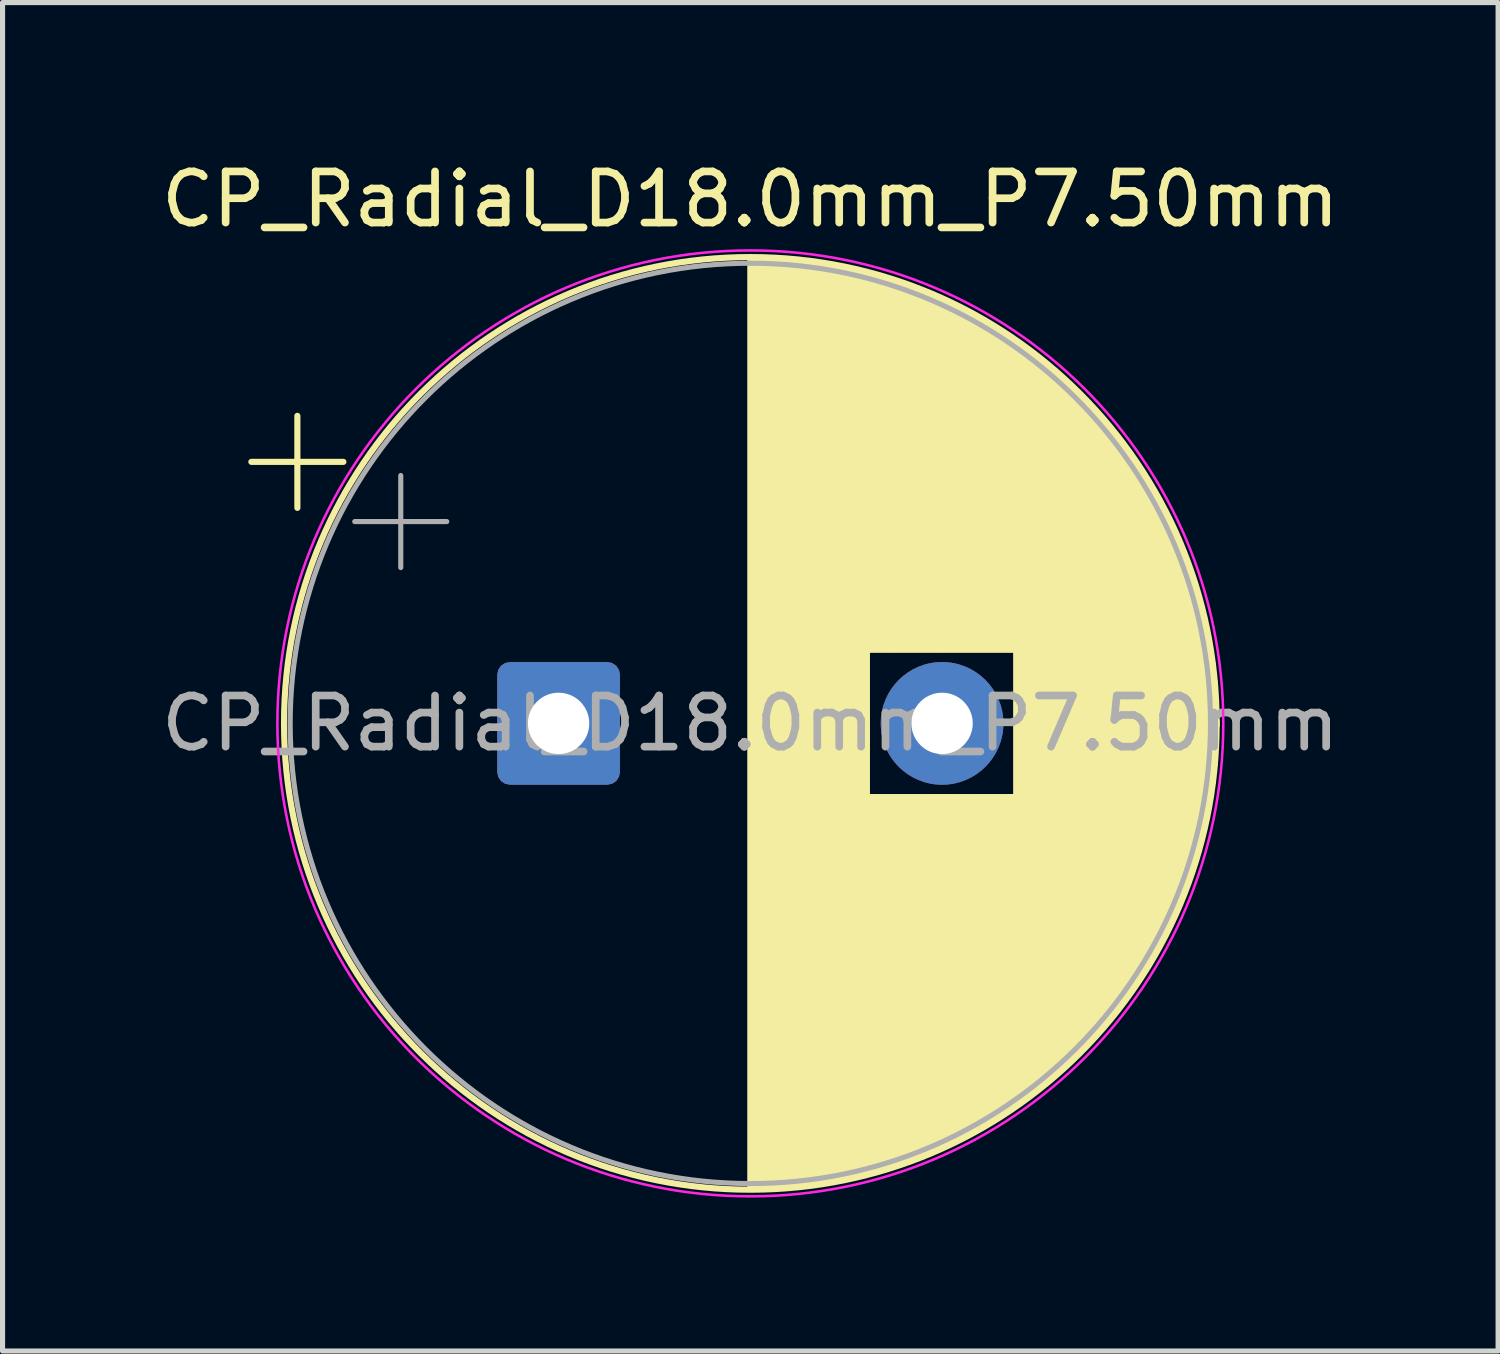
<source format=kicad_pcb>
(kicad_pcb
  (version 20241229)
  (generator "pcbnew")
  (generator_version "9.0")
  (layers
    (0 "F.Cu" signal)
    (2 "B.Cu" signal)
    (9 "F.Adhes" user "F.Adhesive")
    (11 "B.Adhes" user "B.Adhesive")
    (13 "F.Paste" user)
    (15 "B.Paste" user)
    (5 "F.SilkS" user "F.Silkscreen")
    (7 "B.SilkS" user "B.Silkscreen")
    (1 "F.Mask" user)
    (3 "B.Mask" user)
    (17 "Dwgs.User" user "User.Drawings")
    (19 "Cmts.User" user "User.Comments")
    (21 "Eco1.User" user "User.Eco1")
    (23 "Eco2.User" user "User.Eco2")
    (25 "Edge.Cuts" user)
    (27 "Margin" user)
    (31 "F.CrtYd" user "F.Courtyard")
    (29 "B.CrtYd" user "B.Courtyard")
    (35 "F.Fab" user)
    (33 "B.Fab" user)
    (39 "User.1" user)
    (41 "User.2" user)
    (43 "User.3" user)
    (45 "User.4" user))
  (footprint "CP_Radial_D18.0mm_P7.50mm"
    (layer "F.Cu")
    (at 7.875 11.098)
    (property "Reference" "CP_Radial_D18.0mm_P7.50mm" (at 3.75 -10.25 0) (layer "F.SilkS") (effects (font (size 1 1) (thickness 0.15))))
    (attr through_hole)
    (fp_line (start -6.009 -5.115) (end -4.209 -5.115) (stroke (width 0.12) (type solid)) (layer "F.SilkS"))
    (fp_line (start -5.109 -6.015) (end -5.109 -4.215) (stroke (width 0.12) (type solid)) (layer "F.SilkS"))
    (fp_line (start 3.75 -9.08) (end 3.75 9.08) (stroke (width 0.12) (type solid)) (layer "F.SilkS"))
    (fp_line (start 3.79 -9.08) (end 3.79 9.08) (stroke (width 0.12) (type solid)) (layer "F.SilkS"))
    (fp_line (start 3.83 -9.08) (end 3.83 9.08) (stroke (width 0.12) (type solid)) (layer "F.SilkS"))
    (fp_line (start 3.87 -9.079) (end 3.87 9.079) (stroke (width 0.12) (type solid)) (layer "F.SilkS"))
    (fp_line (start 3.91 -9.079) (end 3.91 9.079) (stroke (width 0.12) (type solid)) (layer "F.SilkS"))
    (fp_line (start 3.95 -9.078) (end 3.95 9.078) (stroke (width 0.12) (type solid)) (layer "F.SilkS"))
    (fp_line (start 3.99 -9.077) (end 3.99 9.077) (stroke (width 0.12) (type solid)) (layer "F.SilkS"))
    (fp_line (start 4.03 -9.076) (end 4.03 9.076) (stroke (width 0.12) (type solid)) (layer "F.SilkS"))
    (fp_line (start 4.07 -9.074) (end 4.07 9.074) (stroke (width 0.12) (type solid)) (layer "F.SilkS"))
    (fp_line (start 4.11 -9.073) (end 4.11 9.073) (stroke (width 0.12) (type solid)) (layer "F.SilkS"))
    (fp_line (start 4.15 -9.071) (end 4.15 9.071) (stroke (width 0.12) (type solid)) (layer "F.SilkS"))
    (fp_line (start 4.19 -9.069) (end 4.19 9.069) (stroke (width 0.12) (type solid)) (layer "F.SilkS"))
    (fp_line (start 4.23 -9.067) (end 4.23 9.067) (stroke (width 0.12) (type solid)) (layer "F.SilkS"))
    (fp_line (start 4.27 -9.065) (end 4.27 9.065) (stroke (width 0.12) (type solid)) (layer "F.SilkS"))
    (fp_line (start 4.31 -9.063) (end 4.31 9.063) (stroke (width 0.12) (type solid)) (layer "F.SilkS"))
    (fp_line (start 4.35 -9.06) (end 4.35 9.06) (stroke (width 0.12) (type solid)) (layer "F.SilkS"))
    (fp_line (start 4.39 -9.058) (end 4.39 9.058) (stroke (width 0.12) (type solid)) (layer "F.SilkS"))
    (fp_line (start 4.43 -9.055) (end 4.43 9.055) (stroke (width 0.12) (type solid)) (layer "F.SilkS"))
    (fp_line (start 4.47 -9.052) (end 4.47 9.052) (stroke (width 0.12) (type solid)) (layer "F.SilkS"))
    (fp_line (start 4.51 -9.048) (end 4.51 9.048) (stroke (width 0.12) (type solid)) (layer "F.SilkS"))
    (fp_line (start 4.55 -9.045) (end 4.55 9.045) (stroke (width 0.12) (type solid)) (layer "F.SilkS"))
    (fp_line (start 4.59 -9.041) (end 4.59 9.041) (stroke (width 0.12) (type solid)) (layer "F.SilkS"))
    (fp_line (start 4.63 -9.037) (end 4.63 9.037) (stroke (width 0.12) (type solid)) (layer "F.SilkS"))
    (fp_line (start 4.67 -9.033) (end 4.67 9.033) (stroke (width 0.12) (type solid)) (layer "F.SilkS"))
    (fp_line (start 4.71 -9.029) (end 4.71 9.029) (stroke (width 0.12) (type solid)) (layer "F.SilkS"))
    (fp_line (start 4.75 -9.025) (end 4.75 9.025) (stroke (width 0.12) (type solid)) (layer "F.SilkS"))
    (fp_line (start 4.79 -9.021) (end 4.79 9.021) (stroke (width 0.12) (type solid)) (layer "F.SilkS"))
    (fp_line (start 4.83 -9.016) (end 4.83 9.016) (stroke (width 0.12) (type solid)) (layer "F.SilkS"))
    (fp_line (start 4.87 -9.011) (end 4.87 9.011) (stroke (width 0.12) (type solid)) (layer "F.SilkS"))
    (fp_line (start 4.91 -9.006) (end 4.91 9.006) (stroke (width 0.12) (type solid)) (layer "F.SilkS"))
    (fp_line (start 4.95 -9.001) (end 4.95 9.001) (stroke (width 0.12) (type solid)) (layer "F.SilkS"))
    (fp_line (start 4.99 -8.995) (end 4.99 8.995) (stroke (width 0.12) (type solid)) (layer "F.SilkS"))
    (fp_line (start 5.03 -8.99) (end 5.03 8.99) (stroke (width 0.12) (type solid)) (layer "F.SilkS"))
    (fp_line (start 5.07 -8.984) (end 5.07 8.984) (stroke (width 0.12) (type solid)) (layer "F.SilkS"))
    (fp_line (start 5.11 -8.978) (end 5.11 8.978) (stroke (width 0.12) (type solid)) (layer "F.SilkS"))
    (fp_line (start 5.15 -8.972) (end 5.15 8.972) (stroke (width 0.12) (type solid)) (layer "F.SilkS"))
    (fp_line (start 5.19 -8.966) (end 5.19 8.966) (stroke (width 0.12) (type solid)) (layer "F.SilkS"))
    (fp_line (start 5.23 -8.959) (end 5.23 8.959) (stroke (width 0.12) (type solid)) (layer "F.SilkS"))
    (fp_line (start 5.27 -8.952) (end 5.27 8.952) (stroke (width 0.12) (type solid)) (layer "F.SilkS"))
    (fp_line (start 5.31 -8.946) (end 5.31 8.946) (stroke (width 0.12) (type solid)) (layer "F.SilkS"))
    (fp_line (start 5.35 -8.939) (end 5.35 8.939) (stroke (width 0.12) (type solid)) (layer "F.SilkS"))
    (fp_line (start 5.39 -8.931) (end 5.39 8.931) (stroke (width 0.12) (type solid)) (layer "F.SilkS"))
    (fp_line (start 5.43 -8.924) (end 5.43 8.924) (stroke (width 0.12) (type solid)) (layer "F.SilkS"))
    (fp_line (start 5.47 -8.916) (end 5.47 8.916) (stroke (width 0.12) (type solid)) (layer "F.SilkS"))
    (fp_line (start 5.51 -8.909) (end 5.51 8.909) (stroke (width 0.12) (type solid)) (layer "F.SilkS"))
    (fp_line (start 5.55 -8.901) (end 5.55 8.901) (stroke (width 0.12) (type solid)) (layer "F.SilkS"))
    (fp_line (start 5.59 -8.892) (end 5.59 8.892) (stroke (width 0.12) (type solid)) (layer "F.SilkS"))
    (fp_line (start 5.63 -8.884) (end 5.63 8.884) (stroke (width 0.12) (type solid)) (layer "F.SilkS"))
    (fp_line (start 5.67 -8.876) (end 5.67 8.876) (stroke (width 0.12) (type solid)) (layer "F.SilkS"))
    (fp_line (start 5.71 -8.867) (end 5.71 8.867) (stroke (width 0.12) (type solid)) (layer "F.SilkS"))
    (fp_line (start 5.75 -8.858) (end 5.75 8.858) (stroke (width 0.12) (type solid)) (layer "F.SilkS"))
    (fp_line (start 5.79 -8.849) (end 5.79 8.849) (stroke (width 0.12) (type solid)) (layer "F.SilkS"))
    (fp_line (start 5.83 -8.84) (end 5.83 8.84) (stroke (width 0.12) (type solid)) (layer "F.SilkS"))
    (fp_line (start 5.87 -8.83) (end 5.87 8.83) (stroke (width 0.12) (type solid)) (layer "F.SilkS"))
    (fp_line (start 5.91 -8.821) (end 5.91 8.821) (stroke (width 0.12) (type solid)) (layer "F.SilkS"))
    (fp_line (start 5.95 -8.811) (end 5.95 8.811) (stroke (width 0.12) (type solid)) (layer "F.SilkS"))
    (fp_line (start 5.99 -8.801) (end 5.99 8.801) (stroke (width 0.12) (type solid)) (layer "F.SilkS"))
    (fp_line (start 6.03 -8.79) (end 6.03 8.79) (stroke (width 0.12) (type solid)) (layer "F.SilkS"))
    (fp_line (start 6.07 -8.78) (end 6.07 -1.44) (stroke (width 0.12) (type solid)) (layer "F.SilkS"))
    (fp_line (start 6.07 1.44) (end 6.07 8.78) (stroke (width 0.12) (type solid)) (layer "F.SilkS"))
    (fp_line (start 6.11 -8.769) (end 6.11 -1.44) (stroke (width 0.12) (type solid)) (layer "F.SilkS"))
    (fp_line (start 6.11 1.44) (end 6.11 8.769) (stroke (width 0.12) (type solid)) (layer "F.SilkS"))
    (fp_line (start 6.15 -8.759) (end 6.15 -1.44) (stroke (width 0.12) (type solid)) (layer "F.SilkS"))
    (fp_line (start 6.15 1.44) (end 6.15 8.759) (stroke (width 0.12) (type solid)) (layer "F.SilkS"))
    (fp_line (start 6.19 -8.748) (end 6.19 -1.44) (stroke (width 0.12) (type solid)) (layer "F.SilkS"))
    (fp_line (start 6.19 1.44) (end 6.19 8.748) (stroke (width 0.12) (type solid)) (layer "F.SilkS"))
    (fp_line (start 6.23 -8.736) (end 6.23 -1.44) (stroke (width 0.12) (type solid)) (layer "F.SilkS"))
    (fp_line (start 6.23 1.44) (end 6.23 8.736) (stroke (width 0.12) (type solid)) (layer "F.SilkS"))
    (fp_line (start 6.27 -8.725) (end 6.27 -1.44) (stroke (width 0.12) (type solid)) (layer "F.SilkS"))
    (fp_line (start 6.27 1.44) (end 6.27 8.725) (stroke (width 0.12) (type solid)) (layer "F.SilkS"))
    (fp_line (start 6.31 -8.713) (end 6.31 -1.44) (stroke (width 0.12) (type solid)) (layer "F.SilkS"))
    (fp_line (start 6.31 1.44) (end 6.31 8.713) (stroke (width 0.12) (type solid)) (layer "F.SilkS"))
    (fp_line (start 6.35 -8.702) (end 6.35 -1.44) (stroke (width 0.12) (type solid)) (layer "F.SilkS"))
    (fp_line (start 6.35 1.44) (end 6.35 8.702) (stroke (width 0.12) (type solid)) (layer "F.SilkS"))
    (fp_line (start 6.39 -8.69) (end 6.39 -1.44) (stroke (width 0.12) (type solid)) (layer "F.SilkS"))
    (fp_line (start 6.39 1.44) (end 6.39 8.69) (stroke (width 0.12) (type solid)) (layer "F.SilkS"))
    (fp_line (start 6.43 -8.677) (end 6.43 -1.44) (stroke (width 0.12) (type solid)) (layer "F.SilkS"))
    (fp_line (start 6.43 1.44) (end 6.43 8.677) (stroke (width 0.12) (type solid)) (layer "F.SilkS"))
    (fp_line (start 6.47 -8.665) (end 6.47 -1.44) (stroke (width 0.12) (type solid)) (layer "F.SilkS"))
    (fp_line (start 6.47 1.44) (end 6.47 8.665) (stroke (width 0.12) (type solid)) (layer "F.SilkS"))
    (fp_line (start 6.51 -8.652) (end 6.51 -1.44) (stroke (width 0.12) (type solid)) (layer "F.SilkS"))
    (fp_line (start 6.51 1.44) (end 6.51 8.652) (stroke (width 0.12) (type solid)) (layer "F.SilkS"))
    (fp_line (start 6.55 -8.64) (end 6.55 -1.44) (stroke (width 0.12) (type solid)) (layer "F.SilkS"))
    (fp_line (start 6.55 1.44) (end 6.55 8.64) (stroke (width 0.12) (type solid)) (layer "F.SilkS"))
    (fp_line (start 6.59 -8.627) (end 6.59 -1.44) (stroke (width 0.12) (type solid)) (layer "F.SilkS"))
    (fp_line (start 6.59 1.44) (end 6.59 8.627) (stroke (width 0.12) (type solid)) (layer "F.SilkS"))
    (fp_line (start 6.63 -8.613) (end 6.63 -1.44) (stroke (width 0.12) (type solid)) (layer "F.SilkS"))
    (fp_line (start 6.63 1.44) (end 6.63 8.613) (stroke (width 0.12) (type solid)) (layer "F.SilkS"))
    (fp_line (start 6.67 -8.6) (end 6.67 -1.44) (stroke (width 0.12) (type solid)) (layer "F.SilkS"))
    (fp_line (start 6.67 1.44) (end 6.67 8.6) (stroke (width 0.12) (type solid)) (layer "F.SilkS"))
    (fp_line (start 6.71 -8.586) (end 6.71 -1.44) (stroke (width 0.12) (type solid)) (layer "F.SilkS"))
    (fp_line (start 6.71 1.44) (end 6.71 8.586) (stroke (width 0.12) (type solid)) (layer "F.SilkS"))
    (fp_line (start 6.75 -8.572) (end 6.75 -1.44) (stroke (width 0.12) (type solid)) (layer "F.SilkS"))
    (fp_line (start 6.75 1.44) (end 6.75 8.572) (stroke (width 0.12) (type solid)) (layer "F.SilkS"))
    (fp_line (start 6.79 -8.558) (end 6.79 -1.44) (stroke (width 0.12) (type solid)) (layer "F.SilkS"))
    (fp_line (start 6.79 1.44) (end 6.79 8.558) (stroke (width 0.12) (type solid)) (layer "F.SilkS"))
    (fp_line (start 6.83 -8.544) (end 6.83 -1.44) (stroke (width 0.12) (type solid)) (layer "F.SilkS"))
    (fp_line (start 6.83 1.44) (end 6.83 8.544) (stroke (width 0.12) (type solid)) (layer "F.SilkS"))
    (fp_line (start 6.87 -8.53) (end 6.87 -1.44) (stroke (width 0.12) (type solid)) (layer "F.SilkS"))
    (fp_line (start 6.87 1.44) (end 6.87 8.53) (stroke (width 0.12) (type solid)) (layer "F.SilkS"))
    (fp_line (start 6.91 -8.515) (end 6.91 -1.44) (stroke (width 0.12) (type solid)) (layer "F.SilkS"))
    (fp_line (start 6.91 1.44) (end 6.91 8.515) (stroke (width 0.12) (type solid)) (layer "F.SilkS"))
    (fp_line (start 6.95 -8.5) (end 6.95 -1.44) (stroke (width 0.12) (type solid)) (layer "F.SilkS"))
    (fp_line (start 6.95 1.44) (end 6.95 8.5) (stroke (width 0.12) (type solid)) (layer "F.SilkS"))
    (fp_line (start 6.99 -8.485) (end 6.99 -1.44) (stroke (width 0.12) (type solid)) (layer "F.SilkS"))
    (fp_line (start 6.99 1.44) (end 6.99 8.485) (stroke (width 0.12) (type solid)) (layer "F.SilkS"))
    (fp_line (start 7.03 -8.47) (end 7.03 -1.44) (stroke (width 0.12) (type solid)) (layer "F.SilkS"))
    (fp_line (start 7.03 1.44) (end 7.03 8.47) (stroke (width 0.12) (type solid)) (layer "F.SilkS"))
    (fp_line (start 7.07 -8.454) (end 7.07 -1.44) (stroke (width 0.12) (type solid)) (layer "F.SilkS"))
    (fp_line (start 7.07 1.44) (end 7.07 8.454) (stroke (width 0.12) (type solid)) (layer "F.SilkS"))
    (fp_line (start 7.11 -8.438) (end 7.11 -1.44) (stroke (width 0.12) (type solid)) (layer "F.SilkS"))
    (fp_line (start 7.11 1.44) (end 7.11 8.438) (stroke (width 0.12) (type solid)) (layer "F.SilkS"))
    (fp_line (start 7.15 -8.423) (end 7.15 -1.44) (stroke (width 0.12) (type solid)) (layer "F.SilkS"))
    (fp_line (start 7.15 1.44) (end 7.15 8.423) (stroke (width 0.12) (type solid)) (layer "F.SilkS"))
    (fp_line (start 7.19 -8.406) (end 7.19 -1.44) (stroke (width 0.12) (type solid)) (layer "F.SilkS"))
    (fp_line (start 7.19 1.44) (end 7.19 8.406) (stroke (width 0.12) (type solid)) (layer "F.SilkS"))
    (fp_line (start 7.23 -8.39) (end 7.23 -1.44) (stroke (width 0.12) (type solid)) (layer "F.SilkS"))
    (fp_line (start 7.23 1.44) (end 7.23 8.39) (stroke (width 0.12) (type solid)) (layer "F.SilkS"))
    (fp_line (start 7.27 -8.373) (end 7.27 -1.44) (stroke (width 0.12) (type solid)) (layer "F.SilkS"))
    (fp_line (start 7.27 1.44) (end 7.27 8.373) (stroke (width 0.12) (type solid)) (layer "F.SilkS"))
    (fp_line (start 7.31 -8.356) (end 7.31 -1.44) (stroke (width 0.12) (type solid)) (layer "F.SilkS"))
    (fp_line (start 7.31 1.44) (end 7.31 8.356) (stroke (width 0.12) (type solid)) (layer "F.SilkS"))
    (fp_line (start 7.35 -8.339) (end 7.35 -1.44) (stroke (width 0.12) (type solid)) (layer "F.SilkS"))
    (fp_line (start 7.35 1.44) (end 7.35 8.339) (stroke (width 0.12) (type solid)) (layer "F.SilkS"))
    (fp_line (start 7.39 -8.322) (end 7.39 -1.44) (stroke (width 0.12) (type solid)) (layer "F.SilkS"))
    (fp_line (start 7.39 1.44) (end 7.39 8.322) (stroke (width 0.12) (type solid)) (layer "F.SilkS"))
    (fp_line (start 7.43 -8.305) (end 7.43 -1.44) (stroke (width 0.12) (type solid)) (layer "F.SilkS"))
    (fp_line (start 7.43 1.44) (end 7.43 8.305) (stroke (width 0.12) (type solid)) (layer "F.SilkS"))
    (fp_line (start 7.47 -8.287) (end 7.47 -1.44) (stroke (width 0.12) (type solid)) (layer "F.SilkS"))
    (fp_line (start 7.47 1.44) (end 7.47 8.287) (stroke (width 0.12) (type solid)) (layer "F.SilkS"))
    (fp_line (start 7.51 -8.269) (end 7.51 -1.44) (stroke (width 0.12) (type solid)) (layer "F.SilkS"))
    (fp_line (start 7.51 1.44) (end 7.51 8.269) (stroke (width 0.12) (type solid)) (layer "F.SilkS"))
    (fp_line (start 7.55 -8.251) (end 7.55 -1.44) (stroke (width 0.12) (type solid)) (layer "F.SilkS"))
    (fp_line (start 7.55 1.44) (end 7.55 8.251) (stroke (width 0.12) (type solid)) (layer "F.SilkS"))
    (fp_line (start 7.59 -8.232) (end 7.59 -1.44) (stroke (width 0.12) (type solid)) (layer "F.SilkS"))
    (fp_line (start 7.59 1.44) (end 7.59 8.232) (stroke (width 0.12) (type solid)) (layer "F.SilkS"))
    (fp_line (start 7.63 -8.213) (end 7.63 -1.44) (stroke (width 0.12) (type solid)) (layer "F.SilkS"))
    (fp_line (start 7.63 1.44) (end 7.63 8.213) (stroke (width 0.12) (type solid)) (layer "F.SilkS"))
    (fp_line (start 7.67 -8.195) (end 7.67 -1.44) (stroke (width 0.12) (type solid)) (layer "F.SilkS"))
    (fp_line (start 7.67 1.44) (end 7.67 8.195) (stroke (width 0.12) (type solid)) (layer "F.SilkS"))
    (fp_line (start 7.71 -8.175) (end 7.71 -1.44) (stroke (width 0.12) (type solid)) (layer "F.SilkS"))
    (fp_line (start 7.71 1.44) (end 7.71 8.175) (stroke (width 0.12) (type solid)) (layer "F.SilkS"))
    (fp_line (start 7.75 -8.156) (end 7.75 -1.44) (stroke (width 0.12) (type solid)) (layer "F.SilkS"))
    (fp_line (start 7.75 1.44) (end 7.75 8.156) (stroke (width 0.12) (type solid)) (layer "F.SilkS"))
    (fp_line (start 7.79 -8.136) (end 7.79 -1.44) (stroke (width 0.12) (type solid)) (layer "F.SilkS"))
    (fp_line (start 7.79 1.44) (end 7.79 8.136) (stroke (width 0.12) (type solid)) (layer "F.SilkS"))
    (fp_line (start 7.83 -8.116) (end 7.83 -1.44) (stroke (width 0.12) (type solid)) (layer "F.SilkS"))
    (fp_line (start 7.83 1.44) (end 7.83 8.116) (stroke (width 0.12) (type solid)) (layer "F.SilkS"))
    (fp_line (start 7.87 -8.096) (end 7.87 -1.44) (stroke (width 0.12) (type solid)) (layer "F.SilkS"))
    (fp_line (start 7.87 1.44) (end 7.87 8.096) (stroke (width 0.12) (type solid)) (layer "F.SilkS"))
    (fp_line (start 7.91 -8.076) (end 7.91 -1.44) (stroke (width 0.12) (type solid)) (layer "F.SilkS"))
    (fp_line (start 7.91 1.44) (end 7.91 8.076) (stroke (width 0.12) (type solid)) (layer "F.SilkS"))
    (fp_line (start 7.95 -8.055) (end 7.95 -1.44) (stroke (width 0.12) (type solid)) (layer "F.SilkS"))
    (fp_line (start 7.95 1.44) (end 7.95 8.055) (stroke (width 0.12) (type solid)) (layer "F.SilkS"))
    (fp_line (start 7.99 -8.034) (end 7.99 -1.44) (stroke (width 0.12) (type solid)) (layer "F.SilkS"))
    (fp_line (start 7.99 1.44) (end 7.99 8.034) (stroke (width 0.12) (type solid)) (layer "F.SilkS"))
    (fp_line (start 8.03 -8.013) (end 8.03 -1.44) (stroke (width 0.12) (type solid)) (layer "F.SilkS"))
    (fp_line (start 8.03 1.44) (end 8.03 8.013) (stroke (width 0.12) (type solid)) (layer "F.SilkS"))
    (fp_line (start 8.07 -7.992) (end 8.07 -1.44) (stroke (width 0.12) (type solid)) (layer "F.SilkS"))
    (fp_line (start 8.07 1.44) (end 8.07 7.992) (stroke (width 0.12) (type solid)) (layer "F.SilkS"))
    (fp_line (start 8.11 -7.97) (end 8.11 -1.44) (stroke (width 0.12) (type solid)) (layer "F.SilkS"))
    (fp_line (start 8.11 1.44) (end 8.11 7.97) (stroke (width 0.12) (type solid)) (layer "F.SilkS"))
    (fp_line (start 8.15 -7.948) (end 8.15 -1.44) (stroke (width 0.12) (type solid)) (layer "F.SilkS"))
    (fp_line (start 8.15 1.44) (end 8.15 7.948) (stroke (width 0.12) (type solid)) (layer "F.SilkS"))
    (fp_line (start 8.19 -7.926) (end 8.19 -1.44) (stroke (width 0.12) (type solid)) (layer "F.SilkS"))
    (fp_line (start 8.19 1.44) (end 8.19 7.926) (stroke (width 0.12) (type solid)) (layer "F.SilkS"))
    (fp_line (start 8.23 -7.904) (end 8.23 -1.44) (stroke (width 0.12) (type solid)) (layer "F.SilkS"))
    (fp_line (start 8.23 1.44) (end 8.23 7.904) (stroke (width 0.12) (type solid)) (layer "F.SilkS"))
    (fp_line (start 8.27 -7.881) (end 8.27 -1.44) (stroke (width 0.12) (type solid)) (layer "F.SilkS"))
    (fp_line (start 8.27 1.44) (end 8.27 7.881) (stroke (width 0.12) (type solid)) (layer "F.SilkS"))
    (fp_line (start 8.31 -7.858) (end 8.31 -1.44) (stroke (width 0.12) (type solid)) (layer "F.SilkS"))
    (fp_line (start 8.31 1.44) (end 8.31 7.858) (stroke (width 0.12) (type solid)) (layer "F.SilkS"))
    (fp_line (start 8.35 -7.835) (end 8.35 -1.44) (stroke (width 0.12) (type solid)) (layer "F.SilkS"))
    (fp_line (start 8.35 1.44) (end 8.35 7.835) (stroke (width 0.12) (type solid)) (layer "F.SilkS"))
    (fp_line (start 8.39 -7.811) (end 8.39 -1.44) (stroke (width 0.12) (type solid)) (layer "F.SilkS"))
    (fp_line (start 8.39 1.44) (end 8.39 7.811) (stroke (width 0.12) (type solid)) (layer "F.SilkS"))
    (fp_line (start 8.43 -7.788) (end 8.43 -1.44) (stroke (width 0.12) (type solid)) (layer "F.SilkS"))
    (fp_line (start 8.43 1.44) (end 8.43 7.788) (stroke (width 0.12) (type solid)) (layer "F.SilkS"))
    (fp_line (start 8.47 -7.764) (end 8.47 -1.44) (stroke (width 0.12) (type solid)) (layer "F.SilkS"))
    (fp_line (start 8.47 1.44) (end 8.47 7.764) (stroke (width 0.12) (type solid)) (layer "F.SilkS"))
    (fp_line (start 8.51 -7.739) (end 8.51 -1.44) (stroke (width 0.12) (type solid)) (layer "F.SilkS"))
    (fp_line (start 8.51 1.44) (end 8.51 7.739) (stroke (width 0.12) (type solid)) (layer "F.SilkS"))
    (fp_line (start 8.55 -7.715) (end 8.55 -1.44) (stroke (width 0.12) (type solid)) (layer "F.SilkS"))
    (fp_line (start 8.55 1.44) (end 8.55 7.715) (stroke (width 0.12) (type solid)) (layer "F.SilkS"))
    (fp_line (start 8.59 -7.69) (end 8.59 -1.44) (stroke (width 0.12) (type solid)) (layer "F.SilkS"))
    (fp_line (start 8.59 1.44) (end 8.59 7.69) (stroke (width 0.12) (type solid)) (layer "F.SilkS"))
    (fp_line (start 8.63 -7.665) (end 8.63 -1.44) (stroke (width 0.12) (type solid)) (layer "F.SilkS"))
    (fp_line (start 8.63 1.44) (end 8.63 7.665) (stroke (width 0.12) (type solid)) (layer "F.SilkS"))
    (fp_line (start 8.67 -7.639) (end 8.67 -1.44) (stroke (width 0.12) (type solid)) (layer "F.SilkS"))
    (fp_line (start 8.67 1.44) (end 8.67 7.639) (stroke (width 0.12) (type solid)) (layer "F.SilkS"))
    (fp_line (start 8.71 -7.613) (end 8.71 -1.44) (stroke (width 0.12) (type solid)) (layer "F.SilkS"))
    (fp_line (start 8.71 1.44) (end 8.71 7.613) (stroke (width 0.12) (type solid)) (layer "F.SilkS"))
    (fp_line (start 8.75 -7.587) (end 8.75 -1.44) (stroke (width 0.12) (type solid)) (layer "F.SilkS"))
    (fp_line (start 8.75 1.44) (end 8.75 7.587) (stroke (width 0.12) (type solid)) (layer "F.SilkS"))
    (fp_line (start 8.79 -7.561) (end 8.79 -1.44) (stroke (width 0.12) (type solid)) (layer "F.SilkS"))
    (fp_line (start 8.79 1.44) (end 8.79 7.561) (stroke (width 0.12) (type solid)) (layer "F.SilkS"))
    (fp_line (start 8.83 -7.534) (end 8.83 -1.44) (stroke (width 0.12) (type solid)) (layer "F.SilkS"))
    (fp_line (start 8.83 1.44) (end 8.83 7.534) (stroke (width 0.12) (type solid)) (layer "F.SilkS"))
    (fp_line (start 8.87 -7.507) (end 8.87 -1.44) (stroke (width 0.12) (type solid)) (layer "F.SilkS"))
    (fp_line (start 8.87 1.44) (end 8.87 7.507) (stroke (width 0.12) (type solid)) (layer "F.SilkS"))
    (fp_line (start 8.91 -7.48) (end 8.91 -1.44) (stroke (width 0.12) (type solid)) (layer "F.SilkS"))
    (fp_line (start 8.91 1.44) (end 8.91 7.48) (stroke (width 0.12) (type solid)) (layer "F.SilkS"))
    (fp_line (start 8.95 -7.452) (end 8.95 7.452) (stroke (width 0.12) (type solid)) (layer "F.SilkS"))
    (fp_line (start 8.99 -7.424) (end 8.99 7.424) (stroke (width 0.12) (type solid)) (layer "F.SilkS"))
    (fp_line (start 9.03 -7.396) (end 9.03 7.396) (stroke (width 0.12) (type solid)) (layer "F.SilkS"))
    (fp_line (start 9.07 -7.368) (end 9.07 7.368) (stroke (width 0.12) (type solid)) (layer "F.SilkS"))
    (fp_line (start 9.11 -7.339) (end 9.11 7.339) (stroke (width 0.12) (type solid)) (layer "F.SilkS"))
    (fp_line (start 9.15 -7.309) (end 9.15 7.309) (stroke (width 0.12) (type solid)) (layer "F.SilkS"))
    (fp_line (start 9.19 -7.28) (end 9.19 7.28) (stroke (width 0.12) (type solid)) (layer "F.SilkS"))
    (fp_line (start 9.23 -7.25) (end 9.23 7.25) (stroke (width 0.12) (type solid)) (layer "F.SilkS"))
    (fp_line (start 9.27 -7.22) (end 9.27 7.22) (stroke (width 0.12) (type solid)) (layer "F.SilkS"))
    (fp_line (start 9.31 -7.189) (end 9.31 7.189) (stroke (width 0.12) (type solid)) (layer "F.SilkS"))
    (fp_line (start 9.35 -7.158) (end 9.35 7.158) (stroke (width 0.12) (type solid)) (layer "F.SilkS"))
    (fp_line (start 9.39 -7.127) (end 9.39 7.127) (stroke (width 0.12) (type solid)) (layer "F.SilkS"))
    (fp_line (start 9.43 -7.095) (end 9.43 7.095) (stroke (width 0.12) (type solid)) (layer "F.SilkS"))
    (fp_line (start 9.47 -7.063) (end 9.47 7.063) (stroke (width 0.12) (type solid)) (layer "F.SilkS"))
    (fp_line (start 9.51 -7.031) (end 9.51 7.031) (stroke (width 0.12) (type solid)) (layer "F.SilkS"))
    (fp_line (start 9.55 -6.998) (end 9.55 6.998) (stroke (width 0.12) (type solid)) (layer "F.SilkS"))
    (fp_line (start 9.59 -6.965) (end 9.59 6.965) (stroke (width 0.12) (type solid)) (layer "F.SilkS"))
    (fp_line (start 9.63 -6.931) (end 9.63 6.931) (stroke (width 0.12) (type solid)) (layer "F.SilkS"))
    (fp_line (start 9.67 -6.897) (end 9.67 6.897) (stroke (width 0.12) (type solid)) (layer "F.SilkS"))
    (fp_line (start 9.71 -6.863) (end 9.71 6.863) (stroke (width 0.12) (type solid)) (layer "F.SilkS"))
    (fp_line (start 9.75 -6.828) (end 9.75 6.828) (stroke (width 0.12) (type solid)) (layer "F.SilkS"))
    (fp_line (start 9.79 -6.793) (end 9.79 6.793) (stroke (width 0.12) (type solid)) (layer "F.SilkS"))
    (fp_line (start 9.83 -6.758) (end 9.83 6.758) (stroke (width 0.12) (type solid)) (layer "F.SilkS"))
    (fp_line (start 9.87 -6.722) (end 9.87 6.722) (stroke (width 0.12) (type solid)) (layer "F.SilkS"))
    (fp_line (start 9.91 -6.685) (end 9.91 6.685) (stroke (width 0.12) (type solid)) (layer "F.SilkS"))
    (fp_line (start 9.95 -6.648) (end 9.95 6.648) (stroke (width 0.12) (type solid)) (layer "F.SilkS"))
    (fp_line (start 9.99 -6.611) (end 9.99 6.611) (stroke (width 0.12) (type solid)) (layer "F.SilkS"))
    (fp_line (start 10.03 -6.573) (end 10.03 6.573) (stroke (width 0.12) (type solid)) (layer "F.SilkS"))
    (fp_line (start 10.07 -6.535) (end 10.07 6.535) (stroke (width 0.12) (type solid)) (layer "F.SilkS"))
    (fp_line (start 10.11 -6.496) (end 10.11 6.496) (stroke (width 0.12) (type solid)) (layer "F.SilkS"))
    (fp_line (start 10.15 -6.457) (end 10.15 6.457) (stroke (width 0.12) (type solid)) (layer "F.SilkS"))
    (fp_line (start 10.19 -6.418) (end 10.19 6.418) (stroke (width 0.12) (type solid)) (layer "F.SilkS"))
    (fp_line (start 10.23 -6.377) (end 10.23 6.377) (stroke (width 0.12) (type solid)) (layer "F.SilkS"))
    (fp_line (start 10.27 -6.337) (end 10.27 6.337) (stroke (width 0.12) (type solid)) (layer "F.SilkS"))
    (fp_line (start 10.31 -6.296) (end 10.31 6.296) (stroke (width 0.12) (type solid)) (layer "F.SilkS"))
    (fp_line (start 10.35 -6.254) (end 10.35 6.254) (stroke (width 0.12) (type solid)) (layer "F.SilkS"))
    (fp_line (start 10.39 -6.212) (end 10.39 6.212) (stroke (width 0.12) (type solid)) (layer "F.SilkS"))
    (fp_line (start 10.43 -6.169) (end 10.43 6.169) (stroke (width 0.12) (type solid)) (layer "F.SilkS"))
    (fp_line (start 10.47 -6.126) (end 10.47 6.126) (stroke (width 0.12) (type solid)) (layer "F.SilkS"))
    (fp_line (start 10.51 -6.082) (end 10.51 6.082) (stroke (width 0.12) (type solid)) (layer "F.SilkS"))
    (fp_line (start 10.55 -6.037) (end 10.55 6.037) (stroke (width 0.12) (type solid)) (layer "F.SilkS"))
    (fp_line (start 10.59 -5.992) (end 10.59 5.992) (stroke (width 0.12) (type solid)) (layer "F.SilkS"))
    (fp_line (start 10.63 -5.947) (end 10.63 5.947) (stroke (width 0.12) (type solid)) (layer "F.SilkS"))
    (fp_line (start 10.67 -5.9) (end 10.67 5.9) (stroke (width 0.12) (type solid)) (layer "F.SilkS"))
    (fp_line (start 10.71 -5.853) (end 10.71 5.853) (stroke (width 0.12) (type solid)) (layer "F.SilkS"))
    (fp_line (start 10.75 -5.806) (end 10.75 5.806) (stroke (width 0.12) (type solid)) (layer "F.SilkS"))
    (fp_line (start 10.79 -5.758) (end 10.79 5.758) (stroke (width 0.12) (type solid)) (layer "F.SilkS"))
    (fp_line (start 10.83 -5.709) (end 10.83 5.709) (stroke (width 0.12) (type solid)) (layer "F.SilkS"))
    (fp_line (start 10.87 -5.659) (end 10.87 5.659) (stroke (width 0.12) (type solid)) (layer "F.SilkS"))
    (fp_line (start 10.91 -5.609) (end 10.91 5.609) (stroke (width 0.12) (type solid)) (layer "F.SilkS"))
    (fp_line (start 10.95 -5.558) (end 10.95 5.558) (stroke (width 0.12) (type solid)) (layer "F.SilkS"))
    (fp_line (start 10.99 -5.506) (end 10.99 5.506) (stroke (width 0.12) (type solid)) (layer "F.SilkS"))
    (fp_line (start 11.03 -5.453) (end 11.03 5.453) (stroke (width 0.12) (type solid)) (layer "F.SilkS"))
    (fp_line (start 11.07 -5.4) (end 11.07 5.4) (stroke (width 0.12) (type solid)) (layer "F.SilkS"))
    (fp_line (start 11.11 -5.346) (end 11.11 5.346) (stroke (width 0.12) (type solid)) (layer "F.SilkS"))
    (fp_line (start 11.15 -5.291) (end 11.15 5.291) (stroke (width 0.12) (type solid)) (layer "F.SilkS"))
    (fp_line (start 11.19 -5.235) (end 11.19 5.235) (stroke (width 0.12) (type solid)) (layer "F.SilkS"))
    (fp_line (start 11.23 -5.178) (end 11.23 5.178) (stroke (width 0.12) (type solid)) (layer "F.SilkS"))
    (fp_line (start 11.27 -5.12) (end 11.27 5.12) (stroke (width 0.12) (type solid)) (layer "F.SilkS"))
    (fp_line (start 11.31 -5.061) (end 11.31 5.061) (stroke (width 0.12) (type solid)) (layer "F.SilkS"))
    (fp_line (start 11.35 -5.001) (end 11.35 5.001) (stroke (width 0.12) (type solid)) (layer "F.SilkS"))
    (fp_line (start 11.39 -4.94) (end 11.39 4.94) (stroke (width 0.12) (type solid)) (layer "F.SilkS"))
    (fp_line (start 11.43 -4.879) (end 11.43 4.879) (stroke (width 0.12) (type solid)) (layer "F.SilkS"))
    (fp_line (start 11.47 -4.816) (end 11.47 4.816) (stroke (width 0.12) (type solid)) (layer "F.SilkS"))
    (fp_line (start 11.51 -4.751) (end 11.51 4.751) (stroke (width 0.12) (type solid)) (layer "F.SilkS"))
    (fp_line (start 11.55 -4.686) (end 11.55 4.686) (stroke (width 0.12) (type solid)) (layer "F.SilkS"))
    (fp_line (start 11.59 -4.619) (end 11.59 4.619) (stroke (width 0.12) (type solid)) (layer "F.SilkS"))
    (fp_line (start 11.63 -4.551) (end 11.63 4.551) (stroke (width 0.12) (type solid)) (layer "F.SilkS"))
    (fp_line (start 11.67 -4.482) (end 11.67 4.482) (stroke (width 0.12) (type solid)) (layer "F.SilkS"))
    (fp_line (start 11.71 -4.411) (end 11.71 4.411) (stroke (width 0.12) (type solid)) (layer "F.SilkS"))
    (fp_line (start 11.75 -4.339) (end 11.75 4.339) (stroke (width 0.12) (type solid)) (layer "F.SilkS"))
    (fp_line (start 11.79 -4.265) (end 11.79 4.265) (stroke (width 0.12) (type solid)) (layer "F.SilkS"))
    (fp_line (start 11.83 -4.189) (end 11.83 4.189) (stroke (width 0.12) (type solid)) (layer "F.SilkS"))
    (fp_line (start 11.87 -4.112) (end 11.87 4.112) (stroke (width 0.12) (type solid)) (layer "F.SilkS"))
    (fp_line (start 11.91 -4.033) (end 11.91 4.033) (stroke (width 0.12) (type solid)) (layer "F.SilkS"))
    (fp_line (start 11.95 -3.952) (end 11.95 3.952) (stroke (width 0.12) (type solid)) (layer "F.SilkS"))
    (fp_line (start 11.99 -3.869) (end 11.99 3.869) (stroke (width 0.12) (type solid)) (layer "F.SilkS"))
    (fp_line (start 12.03 -3.783) (end 12.03 3.783) (stroke (width 0.12) (type solid)) (layer "F.SilkS"))
    (fp_line (start 12.07 -3.695) (end 12.07 3.695) (stroke (width 0.12) (type solid)) (layer "F.SilkS"))
    (fp_line (start 12.11 -3.605) (end 12.11 3.605) (stroke (width 0.12) (type solid)) (layer "F.SilkS"))
    (fp_line (start 12.15 -3.512) (end 12.15 3.512) (stroke (width 0.12) (type solid)) (layer "F.SilkS"))
    (fp_line (start 12.19 -3.416) (end 12.19 3.416) (stroke (width 0.12) (type solid)) (layer "F.SilkS"))
    (fp_line (start 12.23 -3.316) (end 12.23 3.316) (stroke (width 0.12) (type solid)) (layer "F.SilkS"))
    (fp_line (start 12.27 -3.213) (end 12.27 3.213) (stroke (width 0.12) (type solid)) (layer "F.SilkS"))
    (fp_line (start 12.31 -3.107) (end 12.31 3.107) (stroke (width 0.12) (type solid)) (layer "F.SilkS"))
    (fp_line (start 12.35 -2.996) (end 12.35 2.996) (stroke (width 0.12) (type solid)) (layer "F.SilkS"))
    (fp_line (start 12.39 -2.88) (end 12.39 2.88) (stroke (width 0.12) (type solid)) (layer "F.SilkS"))
    (fp_line (start 12.43 -2.759) (end 12.43 2.759) (stroke (width 0.12) (type solid)) (layer "F.SilkS"))
    (fp_line (start 12.47 -2.631) (end 12.47 2.631) (stroke (width 0.12) (type solid)) (layer "F.SilkS"))
    (fp_line (start 12.51 -2.497) (end 12.51 2.497) (stroke (width 0.12) (type solid)) (layer "F.SilkS"))
    (fp_line (start 12.55 -2.355) (end 12.55 2.355) (stroke (width 0.12) (type solid)) (layer "F.SilkS"))
    (fp_line (start 12.59 -2.202) (end 12.59 2.202) (stroke (width 0.12) (type solid)) (layer "F.SilkS"))
    (fp_line (start 12.63 -2.038) (end 12.63 2.038) (stroke (width 0.12) (type solid)) (layer "F.SilkS"))
    (fp_line (start 12.67 -1.859) (end 12.67 1.859) (stroke (width 0.12) (type solid)) (layer "F.SilkS"))
    (fp_line (start 12.71 -1.661) (end 12.71 1.661) (stroke (width 0.12) (type solid)) (layer "F.SilkS"))
    (fp_line (start 12.75 -1.435) (end 12.75 1.435) (stroke (width 0.12) (type solid)) (layer "F.SilkS"))
    (fp_line (start 12.79 -1.165) (end 12.79 1.165) (stroke (width 0.12) (type solid)) (layer "F.SilkS"))
    (fp_line (start 12.83 -0.813) (end 12.83 0.813) (stroke (width 0.12) (type solid)) (layer "F.SilkS"))
    (fp_line (start 12.87 0.04) (end 12.87 -0.04) (stroke (width 0.12) (type solid)) (layer "F.SilkS"))
    (fp_circle (center 3.75 0) (end 12.87 0) (stroke (width 0.12) (type solid)) (fill no) (layer "F.SilkS"))
    (fp_circle (center 3.75 0) (end 13 0) (stroke (width 0.05) (type solid)) (fill no) (layer "F.CrtYd"))
    (fp_line (start -3.987 -3.947) (end -2.187 -3.947) (stroke (width 0.1) (type solid)) (layer "F.Fab"))
    (fp_line (start -3.087 -4.848) (end -3.087 -3.047) (stroke (width 0.1) (type solid)) (layer "F.Fab"))
    (fp_circle (center 3.75 0) (end 12.75 0) (stroke (width 0.1) (type solid)) (fill no) (layer "F.Fab"))
    (fp_text user "${REFERENCE}" (at 3.75 0 0) (layer "F.Fab") (effects (font (size 1 1) (thickness 0.15))))
    (pad "1" thru_hole roundrect (at 0 0) (size 2.4 2.4) (drill 1.2) (layers "*.Cu" "*.Mask") (roundrect_rratio 0.104))
    (pad "2" thru_hole circle (at 7.5 0) (size 2.4 2.4) (drill 1.2) (layers "*.Cu" "*.Mask")))
  (gr_rect
    (start -3 -3)
    (end 26.25 23.373)
    (stroke (width 0.1) (type default))
    (fill no)
    (layer "Edge.Cuts")))
</source>
